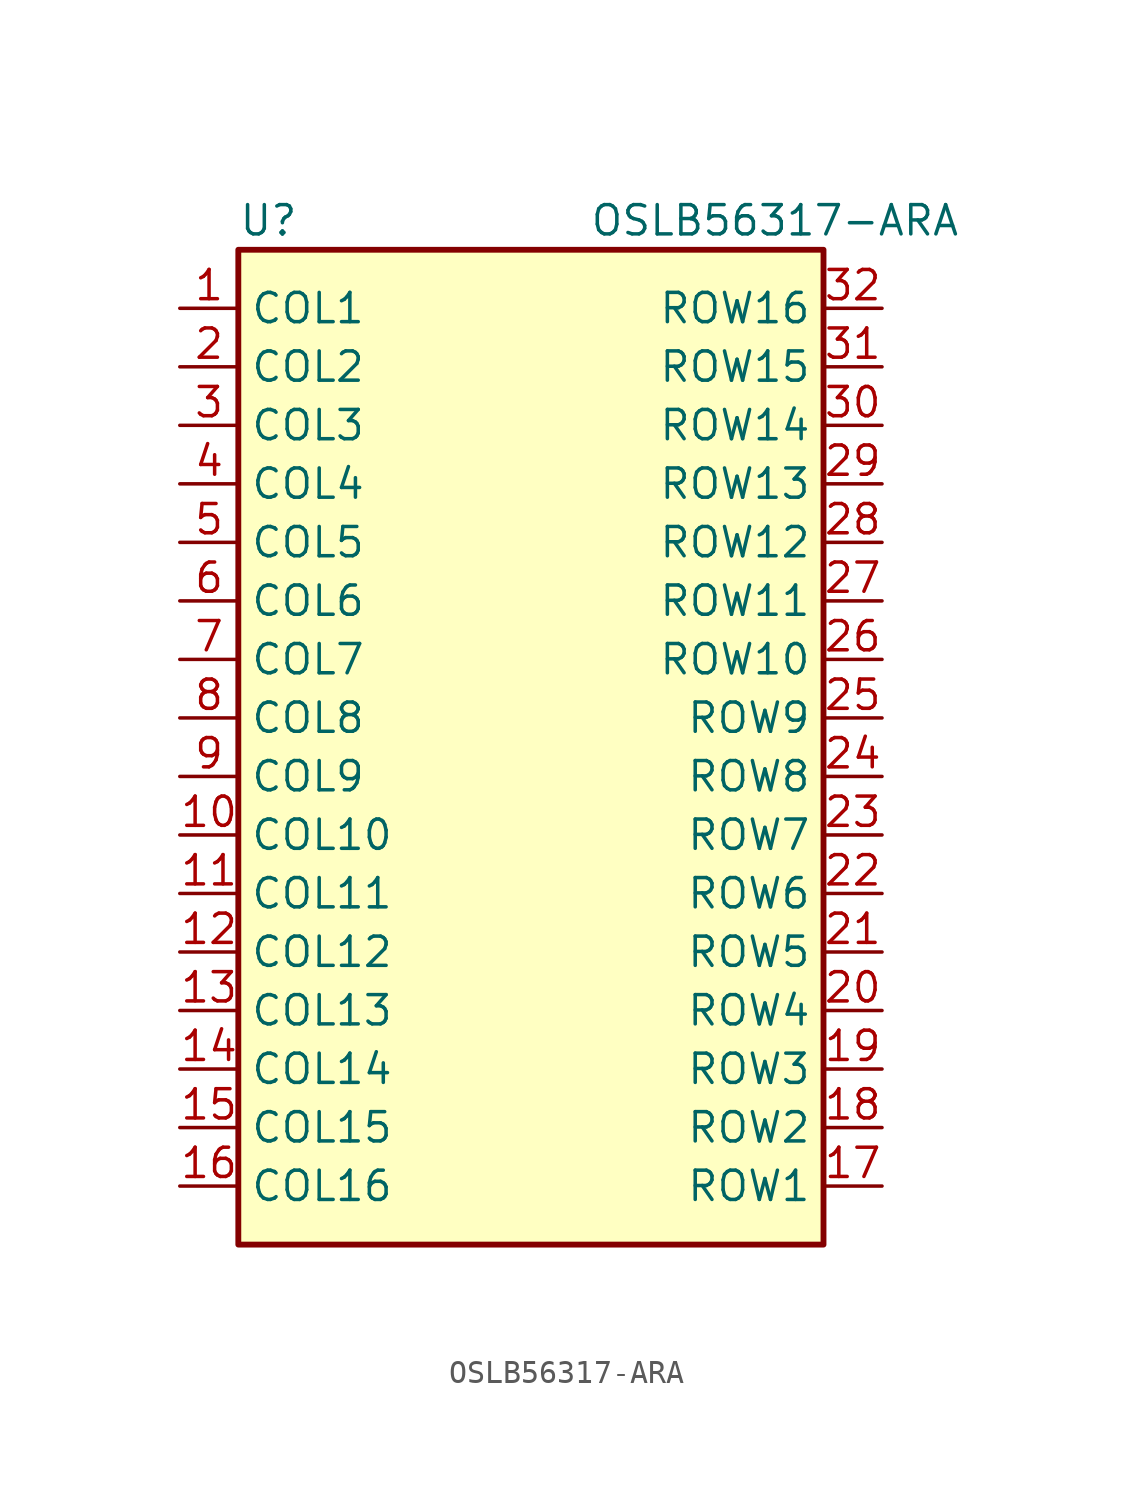
<source format=kicad_sym>
(kicad_symbol_lib
  (version 20220914)
  (generator kicad_symbol_editor)
  (symbol "OSLB56317-ARA"
    (property "Reference" "U"
      (at -12.7 26.67 0)
      (effects (font (size 1.27 1.27)) (justify left)))
    (property "Value" "OSLB56317-ARA"
      (at 2.54 26.67 0)
      (effects (font (size 1.27 1.27)) (justify left)))
    (symbol "OSLB56317-ARA_0_1"
      (rectangle (start -12.7 25.4) (end 12.7 -17.78) (stroke (width 0.254) (type default)) (fill (type background))))
    (symbol "OSLB56317-ARA_1_1"
      (pin output line (at -15.24 22.86 0) (length 2.54) (name "COL1" (effects (font (size 1.27 1.27)))) (number "1" (effects (font (size 1.27 1.27)))))
      (pin output line (at -15.24 0 0) (length 2.54) (name "COL10" (effects (font (size 1.27 1.27)))) (number "10" (effects (font (size 1.27 1.27)))))
      (pin output line (at -15.24 -2.54 0) (length 2.54) (name "COL11" (effects (font (size 1.27 1.27)))) (number "11" (effects (font (size 1.27 1.27)))))
      (pin output line (at -15.24 -5.08 0) (length 2.54) (name "COL12" (effects (font (size 1.27 1.27)))) (number "12" (effects (font (size 1.27 1.27)))))
      (pin output line (at -15.24 -7.62 0) (length 2.54) (name "COL13" (effects (font (size 1.27 1.27)))) (number "13" (effects (font (size 1.27 1.27)))))
      (pin output line (at -15.24 -10.16 0) (length 2.54) (name "COL14" (effects (font (size 1.27 1.27)))) (number "14" (effects (font (size 1.27 1.27)))))
      (pin output line (at -15.24 -12.7 0) (length 2.54) (name "COL15" (effects (font (size 1.27 1.27)))) (number "15" (effects (font (size 1.27 1.27)))))
      (pin output line (at -15.24 -15.24 0) (length 2.54) (name "COL16" (effects (font (size 1.27 1.27)))) (number "16" (effects (font (size 1.27 1.27)))))
      (pin input line (at 15.24 -15.24 180) (length 2.54) (name "ROW1" (effects (font (size 1.27 1.27)))) (number "17" (effects (font (size 1.27 1.27)))))
      (pin input line (at 15.24 -12.7 180) (length 2.54) (name "ROW2" (effects (font (size 1.27 1.27)))) (number "18" (effects (font (size 1.27 1.27)))))
      (pin input line (at 15.24 -10.16 180) (length 2.54) (name "ROW3" (effects (font (size 1.27 1.27)))) (number "19" (effects (font (size 1.27 1.27)))))
      (pin output line (at -15.24 20.32 0) (length 2.54) (name "COL2" (effects (font (size 1.27 1.27)))) (number "2" (effects (font (size 1.27 1.27)))))
      (pin input line (at 15.24 -7.62 180) (length 2.54) (name "ROW4" (effects (font (size 1.27 1.27)))) (number "20" (effects (font (size 1.27 1.27)))))
      (pin input line (at 15.24 -5.08 180) (length 2.54) (name "ROW5" (effects (font (size 1.27 1.27)))) (number "21" (effects (font (size 1.27 1.27)))))
      (pin input line (at 15.24 -2.54 180) (length 2.54) (name "ROW6" (effects (font (size 1.27 1.27)))) (number "22" (effects (font (size 1.27 1.27)))))
      (pin input line (at 15.24 0 180) (length 2.54) (name "ROW7" (effects (font (size 1.27 1.27)))) (number "23" (effects (font (size 1.27 1.27)))))
      (pin input line (at 15.24 2.54 180) (length 2.54) (name "ROW8" (effects (font (size 1.27 1.27)))) (number "24" (effects (font (size 1.27 1.27)))))
      (pin input line (at 15.24 5.08 180) (length 2.54) (name "ROW9" (effects (font (size 1.27 1.27)))) (number "25" (effects (font (size 1.27 1.27)))))
      (pin input line (at 15.24 7.62 180) (length 2.54) (name "ROW10" (effects (font (size 1.27 1.27)))) (number "26" (effects (font (size 1.27 1.27)))))
      (pin input line (at 15.24 10.16 180) (length 2.54) (name "ROW11" (effects (font (size 1.27 1.27)))) (number "27" (effects (font (size 1.27 1.27)))))
      (pin input line (at 15.24 12.7 180) (length 2.54) (name "ROW12" (effects (font (size 1.27 1.27)))) (number "28" (effects (font (size 1.27 1.27)))))
      (pin input line (at 15.24 15.24 180) (length 2.54) (name "ROW13" (effects (font (size 1.27 1.27)))) (number "29" (effects (font (size 1.27 1.27)))))
      (pin output line (at -15.24 17.78 0) (length 2.54) (name "COL3" (effects (font (size 1.27 1.27)))) (number "3" (effects (font (size 1.27 1.27)))))
      (pin input line (at 15.24 17.78 180) (length 2.54) (name "ROW14" (effects (font (size 1.27 1.27)))) (number "30" (effects (font (size 1.27 1.27)))))
      (pin input line (at 15.24 20.32 180) (length 2.54) (name "ROW15" (effects (font (size 1.27 1.27)))) (number "31" (effects (font (size 1.27 1.27)))))
      (pin input line (at 15.24 22.86 180) (length 2.54) (name "ROW16" (effects (font (size 1.27 1.27)))) (number "32" (effects (font (size 1.27 1.27)))))
      (pin output line (at -15.24 15.24 0) (length 2.54) (name "COL4" (effects (font (size 1.27 1.27)))) (number "4" (effects (font (size 1.27 1.27)))))
      (pin output line (at -15.24 12.7 0) (length 2.54) (name "COL5" (effects (font (size 1.27 1.27)))) (number "5" (effects (font (size 1.27 1.27)))))
      (pin output line (at -15.24 10.16 0) (length 2.54) (name "COL6" (effects (font (size 1.27 1.27)))) (number "6" (effects (font (size 1.27 1.27)))))
      (pin output line (at -15.24 7.62 0) (length 2.54) (name "COL7" (effects (font (size 1.27 1.27)))) (number "7" (effects (font (size 1.27 1.27)))))
      (pin output line (at -15.24 5.08 0) (length 2.54) (name "COL8" (effects (font (size 1.27 1.27)))) (number "8" (effects (font (size 1.27 1.27)))))
      (pin output line (at -15.24 2.54 0) (length 2.54) (name "COL9" (effects (font (size 1.27 1.27)))) (number "9" (effects (font (size 1.27 1.27))))))))
</source>
